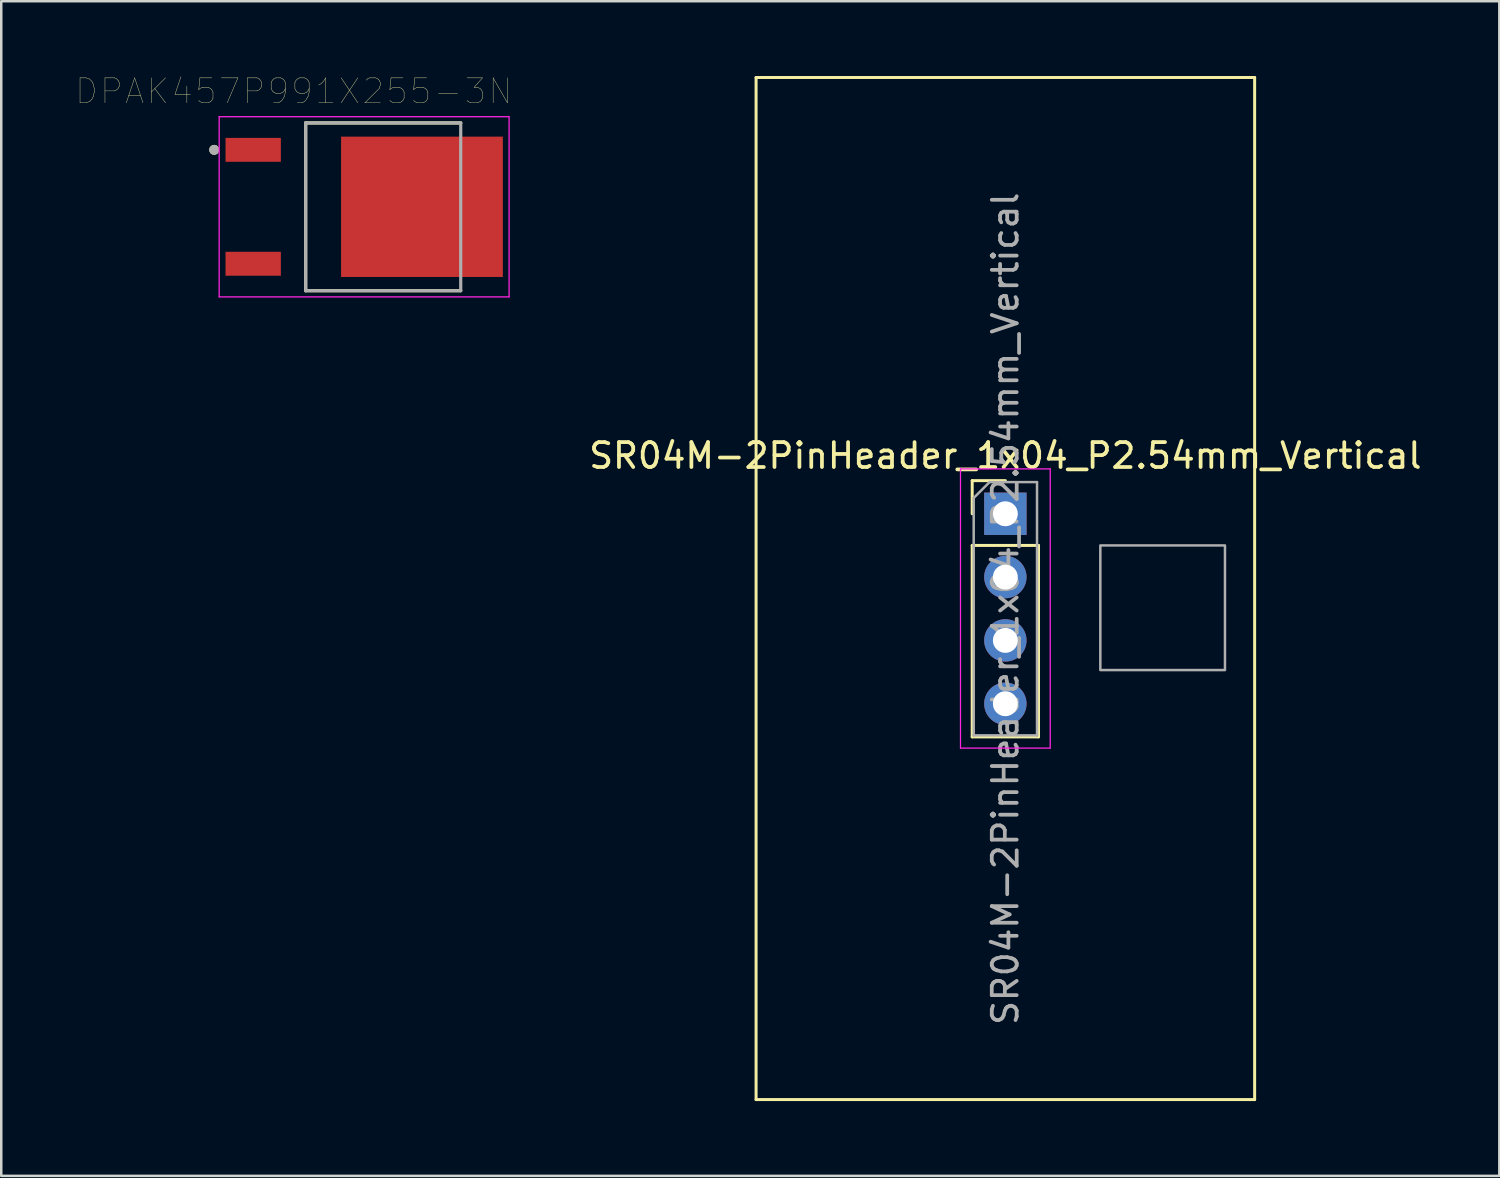
<source format=kicad_pcb>
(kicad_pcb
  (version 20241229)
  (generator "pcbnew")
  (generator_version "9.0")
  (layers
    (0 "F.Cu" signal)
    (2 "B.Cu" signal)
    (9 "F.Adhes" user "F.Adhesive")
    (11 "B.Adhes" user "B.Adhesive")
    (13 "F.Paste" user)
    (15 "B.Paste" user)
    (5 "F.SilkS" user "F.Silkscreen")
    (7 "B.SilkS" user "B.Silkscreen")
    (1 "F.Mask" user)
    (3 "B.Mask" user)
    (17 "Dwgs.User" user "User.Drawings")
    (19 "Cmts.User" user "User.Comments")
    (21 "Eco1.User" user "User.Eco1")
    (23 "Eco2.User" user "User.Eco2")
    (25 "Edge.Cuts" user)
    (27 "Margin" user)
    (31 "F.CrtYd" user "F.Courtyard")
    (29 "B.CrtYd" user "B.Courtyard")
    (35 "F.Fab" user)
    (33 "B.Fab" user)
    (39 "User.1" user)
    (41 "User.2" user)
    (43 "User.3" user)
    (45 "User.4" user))
  (footprint "SR04M-2PinHeader_1x04_P2.54mm_Vertical"
    (layer "F.Cu")
    (at 37.28 17.56)
    (property "Reference" "SR04M-2PinHeader_1x04_P2.54mm_Vertical" (at 0 -2.33 0) (layer "F.SilkS") (effects (font (size 1 1) (thickness 0.15))))
    (attr through_hole)
    (fp_line (start -10 -17.5) (end 0.5 -17.5) (stroke (width 0.12) (type solid)) (layer "F.SilkS"))
    (fp_line (start -10 23.5) (end -10 -17.5) (stroke (width 0.12) (type solid)) (layer "F.SilkS"))
    (fp_line (start -1.33 -1.33) (end 0 -1.33) (stroke (width 0.12) (type solid)) (layer "F.SilkS"))
    (fp_line (start -1.33 0) (end -1.33 -1.33) (stroke (width 0.12) (type solid)) (layer "F.SilkS"))
    (fp_line (start -1.33 1.27) (end -1.33 8.95) (stroke (width 0.12) (type solid)) (layer "F.SilkS"))
    (fp_line (start -1.33 1.27) (end 1.33 1.27) (stroke (width 0.12) (type solid)) (layer "F.SilkS"))
    (fp_line (start -1.33 8.95) (end 1.33 8.95) (stroke (width 0.12) (type solid)) (layer "F.SilkS"))
    (fp_line (start 0 -17.5) (end 10 -17.5) (stroke (width 0.12) (type solid)) (layer "F.SilkS"))
    (fp_line (start 1.33 1.27) (end 1.33 8.95) (stroke (width 0.12) (type solid)) (layer "F.SilkS"))
    (fp_line (start 10 -17.5) (end 10 23.5) (stroke (width 0.12) (type solid)) (layer "F.SilkS"))
    (fp_line (start 10 23.5) (end -10 23.5) (stroke (width 0.12) (type solid)) (layer "F.SilkS"))
    (fp_line (start -1.8 -1.8) (end -1.8 9.4) (stroke (width 0.05) (type solid)) (layer "F.CrtYd"))
    (fp_line (start -1.8 9.4) (end 1.8 9.4) (stroke (width 0.05) (type solid)) (layer "F.CrtYd"))
    (fp_line (start 1.8 -1.8) (end -1.8 -1.8) (stroke (width 0.05) (type solid)) (layer "F.CrtYd"))
    (fp_line (start 1.8 9.4) (end 1.8 -1.8) (stroke (width 0.05) (type solid)) (layer "F.CrtYd"))
    (fp_line (start -1.27 -0.635) (end -0.635 -1.27) (stroke (width 0.1) (type solid)) (layer "F.Fab"))
    (fp_line (start -1.27 8.89) (end -1.27 -0.635) (stroke (width 0.1) (type solid)) (layer "F.Fab"))
    (fp_line (start -0.635 -1.27) (end 1.27 -1.27) (stroke (width 0.1) (type solid)) (layer "F.Fab"))
    (fp_line (start 1.27 -1.27) (end 1.27 8.89) (stroke (width 0.1) (type solid)) (layer "F.Fab"))
    (fp_line (start 1.27 8.89) (end -1.27 8.89) (stroke (width 0.1) (type solid)) (layer "F.Fab"))
    (fp_poly (pts (xy 8.81 6.27) (xy 3.81 6.27) (xy 3.81 1.27) (xy 8.81 1.27)) (stroke (width 0.1) (type solid)) (fill no) (layer "F.Fab"))
    (fp_text user "${REFERENCE}" (at 0 3.81 90) (layer "F.Fab") (effects (font (size 1 1) (thickness 0.15))))
    (pad "1" thru_hole rect (at 0 0) (size 1.7 1.7) (drill 1) (layers "*.Cu" "*.Mask"))
    (pad "2" thru_hole oval (at 0 2.54) (size 1.7 1.7) (drill 1) (layers "*.Cu" "*.Mask"))
    (pad "3" thru_hole oval (at 0 5.08) (size 1.7 1.7) (drill 1) (layers "*.Cu" "*.Mask"))
    (pad "4" thru_hole oval (at 0 7.62) (size 1.7 1.7) (drill 1) (layers "*.Cu" "*.Mask")))
  (footprint "DPAK457P991X255-3N"
    (layer "F.Cu")
    (at 11.557 5.246)
    (property "Reference" "DPAK457P991X255-3N" (at -2.825 -4.635 0) (layer "F.SilkS") (effects (font (size 1 1) (thickness 0.015))))
    (attr through_hole)
    (fp_line (start -2.345 -3.365) (end -2.345 3.365) (stroke (width 0.127) (type solid)) (layer "F.SilkS"))
    (fp_line (start -2.345 3.365) (end 3.875 3.365) (stroke (width 0.127) (type solid)) (layer "F.SilkS"))
    (fp_line (start 3.875 -3.365) (end -2.345 -3.365) (stroke (width 0.127) (type solid)) (layer "F.SilkS"))
    (fp_circle (center -6.015 -2.285) (end -5.915 -2.285) (stroke (width 0.2) (type solid)) (fill no) (layer "F.SilkS"))
    (fp_poly (pts (xy -0.265 -2.555) (xy 0.855 -2.555) (xy 0.855 -1.405) (xy -0.265 -1.405)) (stroke (width 0.01) (type solid)) (fill yes) (layer "F.Paste"))
    (fp_poly (pts (xy -0.265 -1.235) (xy 0.855 -1.235) (xy 0.855 -0.085) (xy -0.265 -0.085)) (stroke (width 0.01) (type solid)) (fill yes) (layer "F.Paste"))
    (fp_poly (pts (xy -0.265 0.085) (xy 0.855 0.085) (xy 0.855 1.235) (xy -0.265 1.235)) (stroke (width 0.01) (type solid)) (fill yes) (layer "F.Paste"))
    (fp_poly (pts (xy -0.265 1.405) (xy 0.855 1.405) (xy 0.855 2.555) (xy -0.265 2.555)) (stroke (width 0.01) (type solid)) (fill yes) (layer "F.Paste"))
    (fp_poly (pts (xy 1.085 -2.555) (xy 2.205 -2.555) (xy 2.205 -1.405) (xy 1.085 -1.405)) (stroke (width 0.01) (type solid)) (fill yes) (layer "F.Paste"))
    (fp_poly (pts (xy 1.085 -1.235) (xy 2.205 -1.235) (xy 2.205 -0.085) (xy 1.085 -0.085)) (stroke (width 0.01) (type solid)) (fill yes) (layer "F.Paste"))
    (fp_poly (pts (xy 1.085 0.085) (xy 2.205 0.085) (xy 2.205 1.235) (xy 1.085 1.235)) (stroke (width 0.01) (type solid)) (fill yes) (layer "F.Paste"))
    (fp_poly (pts (xy 1.085 1.405) (xy 2.205 1.405) (xy 2.205 2.555) (xy 1.085 2.555)) (stroke (width 0.01) (type solid)) (fill yes) (layer "F.Paste"))
    (fp_poly (pts (xy 2.435 -2.555) (xy 3.555 -2.555) (xy 3.555 -1.405) (xy 2.435 -1.405)) (stroke (width 0.01) (type solid)) (fill yes) (layer "F.Paste"))
    (fp_poly (pts (xy 2.435 -1.235) (xy 3.555 -1.235) (xy 3.555 -0.085) (xy 2.435 -0.085)) (stroke (width 0.01) (type solid)) (fill yes) (layer "F.Paste"))
    (fp_poly (pts (xy 2.435 0.085) (xy 3.555 0.085) (xy 3.555 1.235) (xy 2.435 1.235)) (stroke (width 0.01) (type solid)) (fill yes) (layer "F.Paste"))
    (fp_poly (pts (xy 2.435 1.405) (xy 3.555 1.405) (xy 3.555 2.555) (xy 2.435 2.555)) (stroke (width 0.01) (type solid)) (fill yes) (layer "F.Paste"))
    (fp_poly (pts (xy 3.785 -2.555) (xy 4.905 -2.555) (xy 4.905 -1.405) (xy 3.785 -1.405)) (stroke (width 0.01) (type solid)) (fill yes) (layer "F.Paste"))
    (fp_poly (pts (xy 3.785 -1.235) (xy 4.905 -1.235) (xy 4.905 -0.085) (xy 3.785 -0.085)) (stroke (width 0.01) (type solid)) (fill yes) (layer "F.Paste"))
    (fp_poly (pts (xy 3.785 0.085) (xy 4.905 0.085) (xy 4.905 1.235) (xy 3.785 1.235)) (stroke (width 0.01) (type solid)) (fill yes) (layer "F.Paste"))
    (fp_poly (pts (xy 3.785 1.405) (xy 4.905 1.405) (xy 4.905 2.555) (xy 3.785 2.555)) (stroke (width 0.01) (type solid)) (fill yes) (layer "F.Paste"))
    (fp_line (start -5.815 -3.615) (end 5.815 -3.615) (stroke (width 0.05) (type solid)) (layer "F.CrtYd"))
    (fp_line (start -5.815 3.615) (end -5.815 -3.615) (stroke (width 0.05) (type solid)) (layer "F.CrtYd"))
    (fp_line (start 5.815 -3.615) (end 5.815 3.615) (stroke (width 0.05) (type solid)) (layer "F.CrtYd"))
    (fp_line (start 5.815 3.615) (end -5.815 3.615) (stroke (width 0.05) (type solid)) (layer "F.CrtYd"))
    (fp_line (start -2.345 -3.365) (end -2.345 3.365) (stroke (width 0.127) (type solid)) (layer "F.Fab"))
    (fp_line (start -2.345 3.365) (end 3.875 3.365) (stroke (width 0.127) (type solid)) (layer "F.Fab"))
    (fp_line (start 3.875 -3.365) (end -2.345 -3.365) (stroke (width 0.127) (type solid)) (layer "F.Fab"))
    (fp_line (start 3.875 3.365) (end 3.875 -3.365) (stroke (width 0.127) (type solid)) (layer "F.Fab"))
    (fp_circle (center -6.015 -2.285) (end -5.915 -2.285) (stroke (width 0.2) (type solid)) (fill no) (layer "F.Fab"))
    (pad "1" smd rect (at -4.45 -2.285) (size 2.22 0.96) (layers "F.Cu" "F.Mask" "F.Paste"))
    (pad "3" smd rect (at -4.45 2.285) (size 2.22 0.96) (layers "F.Cu" "F.Mask" "F.Paste"))
    (pad "4" smd rect (at 2.32 0) (size 6.49 5.63) (layers "F.Cu" "F.Mask")))
  (gr_rect
    (start -3 -3)
    (end 57.095 44.12)
    (stroke (width 0.1) (type default))
    (fill no)
    (layer "Edge.Cuts")))
</source>
